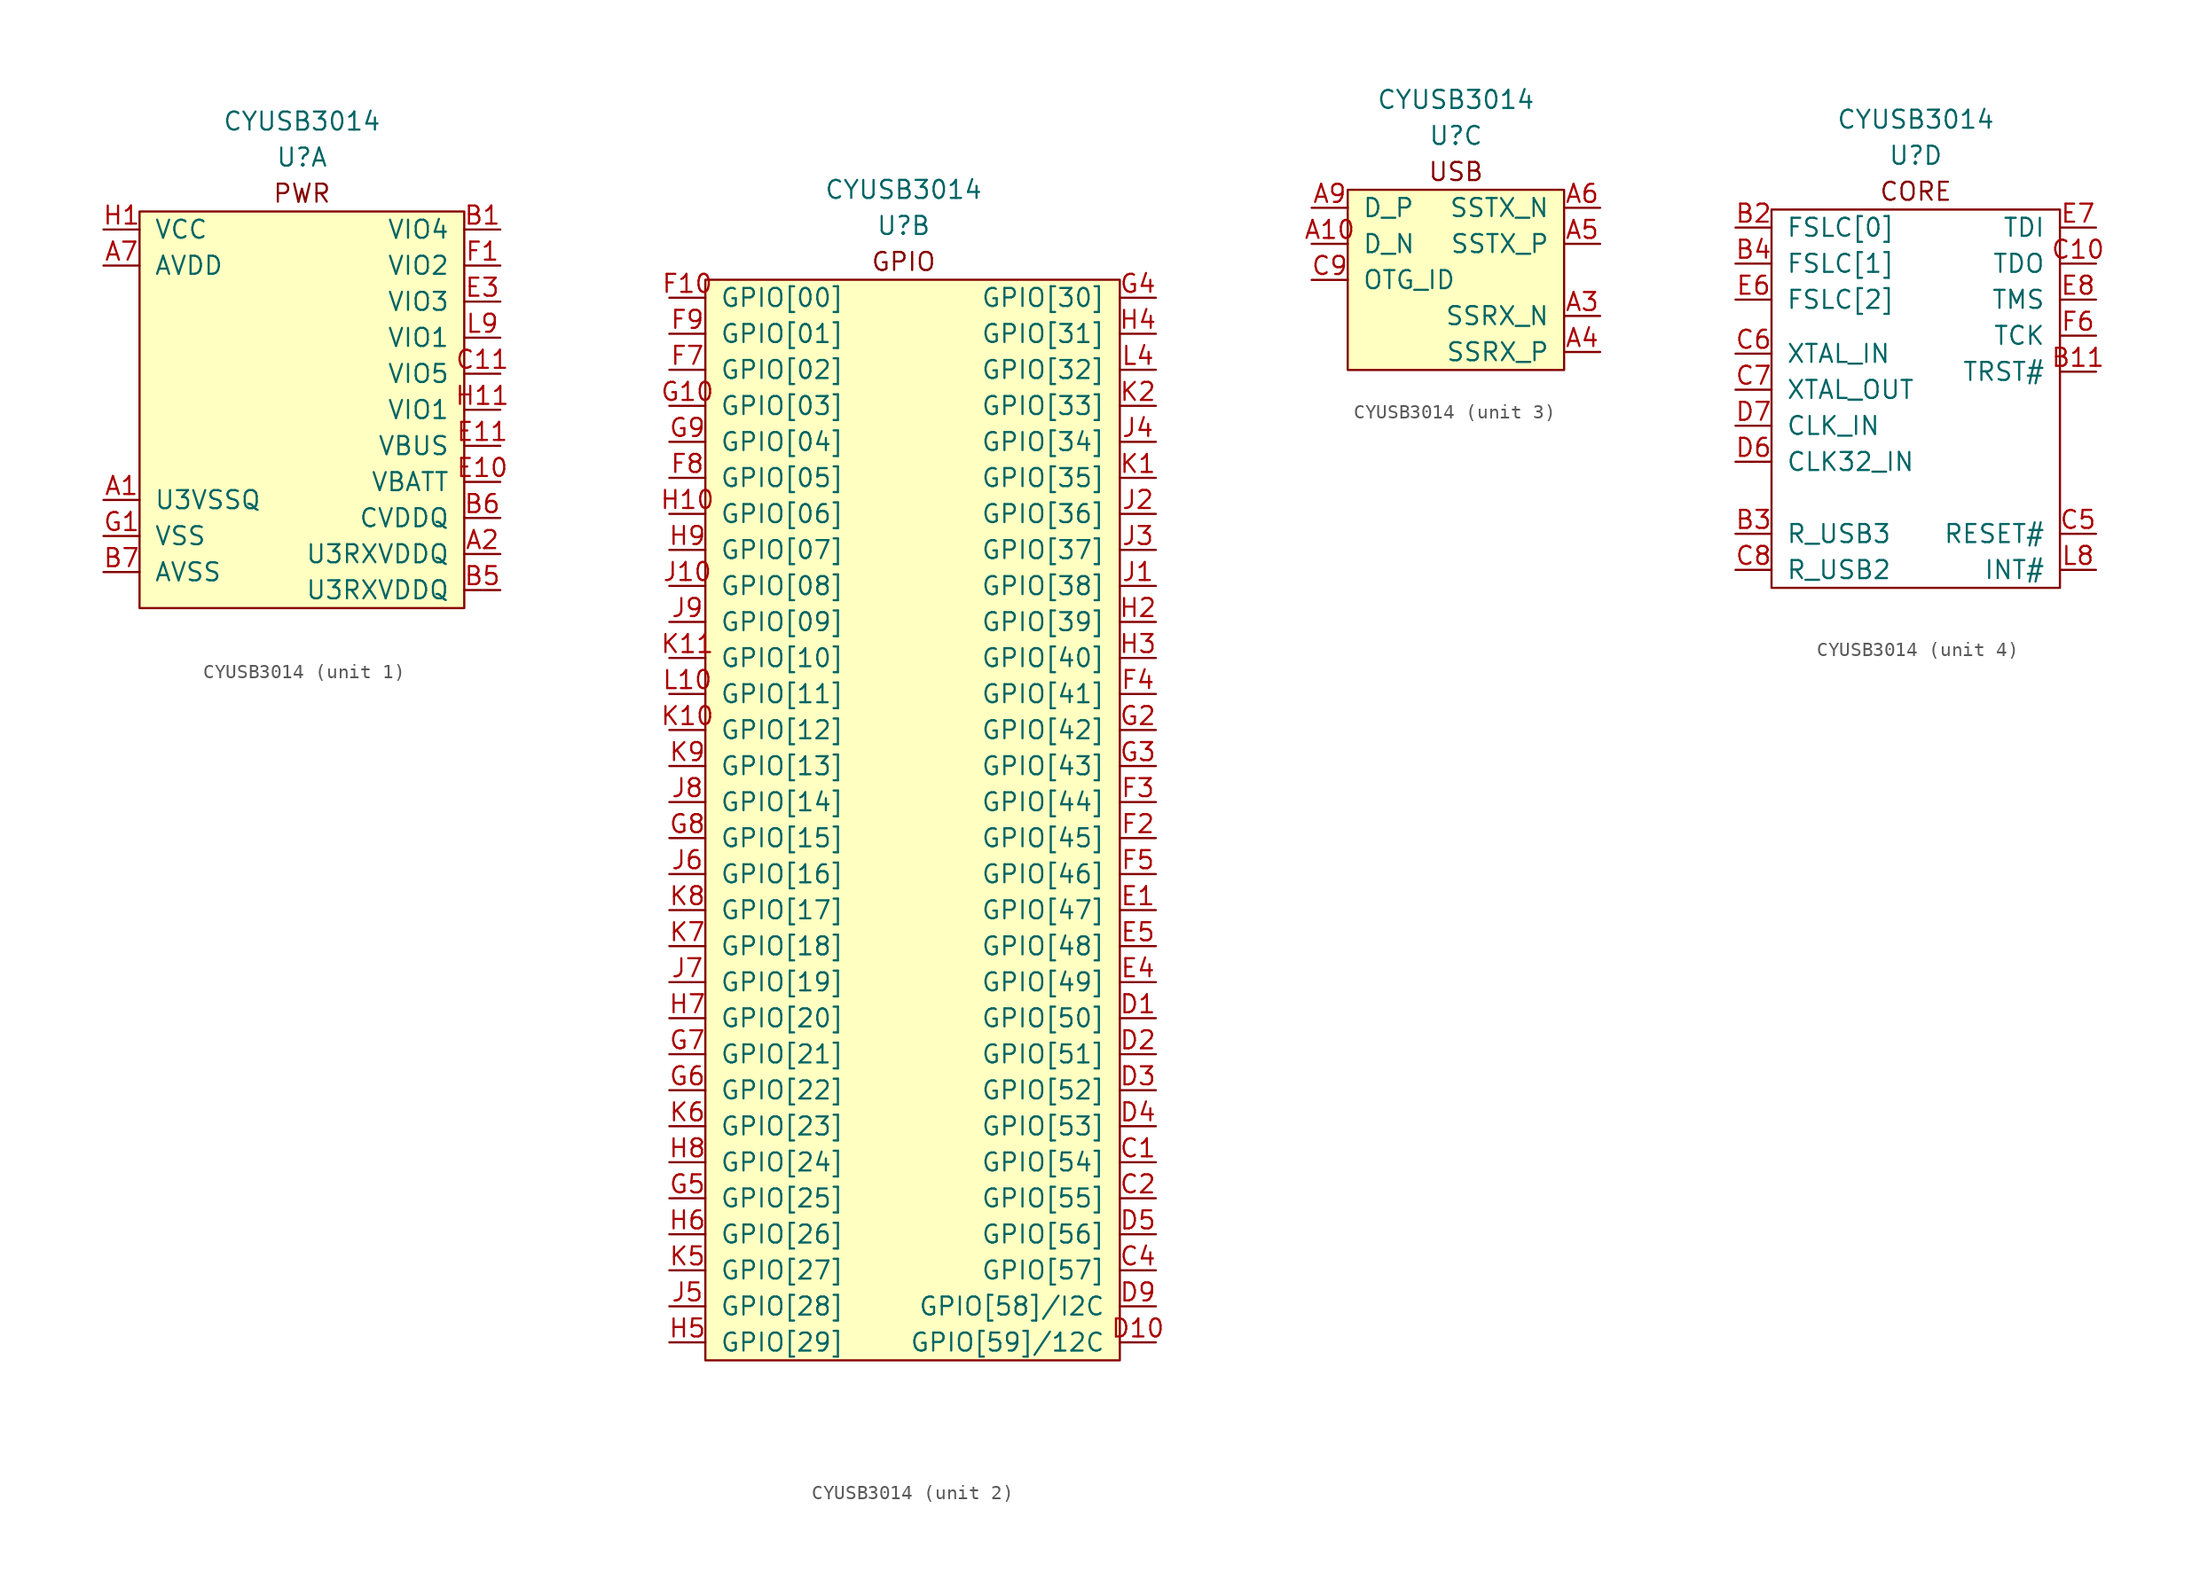
<source format=kicad_sym>
(kicad_symbol_lib
  (version 20220914)
  (generator kicad_symbol_editor)
  (symbol "CYUSB3014"
    (pin_names
      (offset 1.016))
    (property "Reference" "U"
      (at 0 17.78 0)
      (effects (font (size 1.27 1.27))))
    (property "Value" "CYUSB3014"
      (at 0 20.32 0)
      (effects (font (size 1.27 1.27))))
    (property "ki_locked" ""
      (at 0 0 0)
      (effects (font (size 1.27 1.27))))
    (symbol "CYUSB3014_1_1"
      (rectangle (start -11.43 13.97) (end 11.43 -13.97) (stroke (width 0) (type default)) (fill (type background)))
      (text "PWR" (at 0 15.24 0) (effects (font (size 1.27 1.27))))
      (pin passive line (at -13.97 -6.35 0) (length 2.54) (name "U3VSSQ" (effects (font (size 1.27 1.27)))) (number "A1" (effects (font (size 1.27 1.27)))))
      (pin power_in line (at 13.97 -10.16 180) (length 2.54) (name "U3RXVDDQ" (effects (font (size 1.27 1.27)))) (number "A2" (effects (font (size 1.27 1.27)))))
      (pin power_in line (at -13.97 10.16 0) (length 2.54) (name "AVDD" (effects (font (size 1.27 1.27)))) (number "A7" (effects (font (size 1.27 1.27)))))
      (pin passive line (at -13.97 -8.89 0) (length 2.54) hide (name "VSS" (effects (font (size 1.27 1.27)))) (number "A8" (effects (font (size 1.27 1.27)))))
      (pin power_in line (at 13.97 12.7 180) (length 2.54) (name "VIO4" (effects (font (size 1.27 1.27)))) (number "B1" (effects (font (size 1.27 1.27)))))
      (pin passive line (at -13.97 12.7 0) (length 2.54) hide (name "VCC" (effects (font (size 1.27 1.27)))) (number "B10" (effects (font (size 1.27 1.27)))))
      (pin power_in line (at 13.97 -12.7 180) (length 2.54) (name "U3RXVDDQ" (effects (font (size 1.27 1.27)))) (number "B5" (effects (font (size 1.27 1.27)))))
      (pin power_in line (at 13.97 -7.62 180) (length 2.54) (name "CVDDQ" (effects (font (size 1.27 1.27)))) (number "B6" (effects (font (size 1.27 1.27)))))
      (pin passive line (at -13.97 -11.43 0) (length 2.54) (name "AVSS" (effects (font (size 1.27 1.27)))) (number "B7" (effects (font (size 1.27 1.27)))))
      (pin passive line (at -13.97 -8.89 0) (length 2.54) hide (name "VSS" (effects (font (size 1.27 1.27)))) (number "B8" (effects (font (size 1.27 1.27)))))
      (pin passive line (at -13.97 -8.89 0) (length 2.54) hide (name "VSS" (effects (font (size 1.27 1.27)))) (number "B9" (effects (font (size 1.27 1.27)))))
      (pin power_in line (at 13.97 2.54 180) (length 2.54) (name "VIO5" (effects (font (size 1.27 1.27)))) (number "C11" (effects (font (size 1.27 1.27)))))
      (pin passive line (at -13.97 12.7 0) (length 2.54) hide (name "VCC" (effects (font (size 1.27 1.27)))) (number "C3" (effects (font (size 1.27 1.27)))))
      (pin passive line (at -13.97 -8.89 0) (length 2.54) hide (name "VSS" (effects (font (size 1.27 1.27)))) (number "D8" (effects (font (size 1.27 1.27)))))
      (pin power_in line (at 13.97 -5.08 180) (length 2.54) (name "VBATT" (effects (font (size 1.27 1.27)))) (number "E10" (effects (font (size 1.27 1.27)))))
      (pin power_in line (at 13.97 -2.54 180) (length 2.54) (name "VBUS" (effects (font (size 1.27 1.27)))) (number "E11" (effects (font (size 1.27 1.27)))))
      (pin passive line (at -13.97 -8.89 0) (length 2.54) hide (name "VSS" (effects (font (size 1.27 1.27)))) (number "E2" (effects (font (size 1.27 1.27)))))
      (pin power_in line (at 13.97 7.62 180) (length 2.54) (name "VIO3" (effects (font (size 1.27 1.27)))) (number "E3" (effects (font (size 1.27 1.27)))))
      (pin passive line (at -13.97 12.7 0) (length 2.54) hide (name "VCC" (effects (font (size 1.27 1.27)))) (number "E9" (effects (font (size 1.27 1.27)))))
      (pin power_in line (at 13.97 10.16 180) (length 2.54) (name "VIO2" (effects (font (size 1.27 1.27)))) (number "F1" (effects (font (size 1.27 1.27)))))
      (pin passive line (at -13.97 12.7 0) (length 2.54) hide (name "VCC" (effects (font (size 1.27 1.27)))) (number "F11" (effects (font (size 1.27 1.27)))))
      (pin passive line (at -13.97 -8.89 0) (length 2.54) (name "VSS" (effects (font (size 1.27 1.27)))) (number "G1" (effects (font (size 1.27 1.27)))))
      (pin passive line (at -13.97 -8.89 0) (length 2.54) hide (name "VSS" (effects (font (size 1.27 1.27)))) (number "G11" (effects (font (size 1.27 1.27)))))
      (pin power_in line (at -13.97 12.7 0) (length 2.54) (name "VCC" (effects (font (size 1.27 1.27)))) (number "H1" (effects (font (size 1.27 1.27)))))
      (pin power_in line (at 13.97 0 180) (length 2.54) (name "VIO1" (effects (font (size 1.27 1.27)))) (number "H11" (effects (font (size 1.27 1.27)))))
      (pin passive line (at -13.97 12.7 0) (length 2.54) hide (name "VCC" (effects (font (size 1.27 1.27)))) (number "J11" (effects (font (size 1.27 1.27)))))
      (pin passive line (at -13.97 -8.89 0) (length 2.54) hide (name "VSS" (effects (font (size 1.27 1.27)))) (number "K3" (effects (font (size 1.27 1.27)))))
      (pin passive line (at -13.97 -8.89 0) (length 2.54) hide (name "VSS" (effects (font (size 1.27 1.27)))) (number "K4" (effects (font (size 1.27 1.27)))))
      (pin passive line (at -13.97 -8.89 0) (length 2.54) hide (name "VSS" (effects (font (size 1.27 1.27)))) (number "L1" (effects (font (size 1.27 1.27)))))
      (pin passive line (at -13.97 -8.89 0) (length 2.54) hide (name "VSS" (effects (font (size 1.27 1.27)))) (number "L11" (effects (font (size 1.27 1.27)))))
      (pin passive line (at -13.97 -8.89 0) (length 2.54) hide (name "VSS" (effects (font (size 1.27 1.27)))) (number "L2" (effects (font (size 1.27 1.27)))))
      (pin passive line (at -13.97 -8.89 0) (length 2.54) hide (name "VSS" (effects (font (size 1.27 1.27)))) (number "L3" (effects (font (size 1.27 1.27)))))
      (pin passive line (at -13.97 12.7 0) (length 2.54) hide (name "VCC" (effects (font (size 1.27 1.27)))) (number "L5" (effects (font (size 1.27 1.27)))))
      (pin passive line (at -13.97 -8.89 0) (length 2.54) hide (name "VSS" (effects (font (size 1.27 1.27)))) (number "L6" (effects (font (size 1.27 1.27)))))
      (pin passive line (at -13.97 12.7 0) (length 2.54) hide (name "VCC" (effects (font (size 1.27 1.27)))) (number "L7" (effects (font (size 1.27 1.27)))))
      (pin power_in line (at 13.97 5.08 180) (length 2.54) (name "VIO1" (effects (font (size 1.27 1.27)))) (number "L9" (effects (font (size 1.27 1.27))))))
    (symbol "CYUSB3014_2_1"
      (rectangle (start -13.97 13.97) (end 15.24 -62.23) (stroke (width 0) (type default)) (fill (type background)))
      (text "GPIO" (at 0 15.24 0) (effects (font (size 1.27 1.27))))
      (pin bidirectional line (at 17.78 -48.26 180) (length 2.54) (name "GPIO[54]" (effects (font (size 1.27 1.27)))) (number "C1" (effects (font (size 1.27 1.27)))))
      (pin bidirectional line (at 17.78 -50.8 180) (length 2.54) (name "GPIO[55]" (effects (font (size 1.27 1.27)))) (number "C2" (effects (font (size 1.27 1.27)))))
      (pin bidirectional line (at 17.78 -55.88 180) (length 2.54) (name "GPIO[57]" (effects (font (size 1.27 1.27)))) (number "C4" (effects (font (size 1.27 1.27)))))
      (pin bidirectional line (at 17.78 -38.1 180) (length 2.54) (name "GPIO[50]" (effects (font (size 1.27 1.27)))) (number "D1" (effects (font (size 1.27 1.27)))))
      (pin bidirectional line (at 17.78 -60.96 180) (length 2.54) (name "GPIO[59]/12C" (effects (font (size 1.27 1.27)))) (number "D10" (effects (font (size 1.27 1.27)))))
      (pin bidirectional line (at 17.78 -40.64 180) (length 2.54) (name "GPIO[51]" (effects (font (size 1.27 1.27)))) (number "D2" (effects (font (size 1.27 1.27)))))
      (pin bidirectional line (at 17.78 -43.18 180) (length 2.54) (name "GPIO[52]" (effects (font (size 1.27 1.27)))) (number "D3" (effects (font (size 1.27 1.27)))))
      (pin bidirectional line (at 17.78 -45.72 180) (length 2.54) (name "GPIO[53]" (effects (font (size 1.27 1.27)))) (number "D4" (effects (font (size 1.27 1.27)))))
      (pin bidirectional line (at 17.78 -53.34 180) (length 2.54) (name "GPIO[56]" (effects (font (size 1.27 1.27)))) (number "D5" (effects (font (size 1.27 1.27)))))
      (pin bidirectional line (at 17.78 -58.42 180) (length 2.54) (name "GPIO[58]/I2C" (effects (font (size 1.27 1.27)))) (number "D9" (effects (font (size 1.27 1.27)))))
      (pin bidirectional line (at 17.78 -30.48 180) (length 2.54) (name "GPIO[47]" (effects (font (size 1.27 1.27)))) (number "E1" (effects (font (size 1.27 1.27)))))
      (pin bidirectional line (at 17.78 -35.56 180) (length 2.54) (name "GPIO[49]" (effects (font (size 1.27 1.27)))) (number "E4" (effects (font (size 1.27 1.27)))))
      (pin bidirectional line (at 17.78 -33.02 180) (length 2.54) (name "GPIO[48]" (effects (font (size 1.27 1.27)))) (number "E5" (effects (font (size 1.27 1.27)))))
      (pin bidirectional line (at -16.51 12.7 0) (length 2.54) (name "GPIO[00]" (effects (font (size 1.27 1.27)))) (number "F10" (effects (font (size 1.27 1.27)))))
      (pin bidirectional line (at 17.78 -25.4 180) (length 2.54) (name "GPIO[45]" (effects (font (size 1.27 1.27)))) (number "F2" (effects (font (size 1.27 1.27)))))
      (pin bidirectional line (at 17.78 -22.86 180) (length 2.54) (name "GPIO[44]" (effects (font (size 1.27 1.27)))) (number "F3" (effects (font (size 1.27 1.27)))))
      (pin bidirectional line (at 17.78 -15.24 180) (length 2.54) (name "GPIO[41]" (effects (font (size 1.27 1.27)))) (number "F4" (effects (font (size 1.27 1.27)))))
      (pin bidirectional line (at 17.78 -27.94 180) (length 2.54) (name "GPIO[46]" (effects (font (size 1.27 1.27)))) (number "F5" (effects (font (size 1.27 1.27)))))
      (pin bidirectional line (at -16.51 7.62 0) (length 2.54) (name "GPIO[02]" (effects (font (size 1.27 1.27)))) (number "F7" (effects (font (size 1.27 1.27)))))
      (pin bidirectional line (at -16.51 0 0) (length 2.54) (name "GPIO[05]" (effects (font (size 1.27 1.27)))) (number "F8" (effects (font (size 1.27 1.27)))))
      (pin bidirectional line (at -16.51 10.16 0) (length 2.54) (name "GPIO[01]" (effects (font (size 1.27 1.27)))) (number "F9" (effects (font (size 1.27 1.27)))))
      (pin bidirectional line (at -16.51 5.08 0) (length 2.54) (name "GPIO[03]" (effects (font (size 1.27 1.27)))) (number "G10" (effects (font (size 1.27 1.27)))))
      (pin bidirectional line (at 17.78 -17.78 180) (length 2.54) (name "GPIO[42]" (effects (font (size 1.27 1.27)))) (number "G2" (effects (font (size 1.27 1.27)))))
      (pin bidirectional line (at 17.78 -20.32 180) (length 2.54) (name "GPIO[43]" (effects (font (size 1.27 1.27)))) (number "G3" (effects (font (size 1.27 1.27)))))
      (pin bidirectional line (at 17.78 12.7 180) (length 2.54) (name "GPIO[30]" (effects (font (size 1.27 1.27)))) (number "G4" (effects (font (size 1.27 1.27)))))
      (pin bidirectional line (at -16.51 -50.8 0) (length 2.54) (name "GPIO[25]" (effects (font (size 1.27 1.27)))) (number "G5" (effects (font (size 1.27 1.27)))))
      (pin bidirectional line (at -16.51 -43.18 0) (length 2.54) (name "GPIO[22]" (effects (font (size 1.27 1.27)))) (number "G6" (effects (font (size 1.27 1.27)))))
      (pin bidirectional line (at -16.51 -40.64 0) (length 2.54) (name "GPIO[21]" (effects (font (size 1.27 1.27)))) (number "G7" (effects (font (size 1.27 1.27)))))
      (pin bidirectional line (at -16.51 -25.4 0) (length 2.54) (name "GPIO[15]" (effects (font (size 1.27 1.27)))) (number "G8" (effects (font (size 1.27 1.27)))))
      (pin bidirectional line (at -16.51 2.54 0) (length 2.54) (name "GPIO[04]" (effects (font (size 1.27 1.27)))) (number "G9" (effects (font (size 1.27 1.27)))))
      (pin bidirectional line (at -16.51 -2.54 0) (length 2.54) (name "GPIO[06]" (effects (font (size 1.27 1.27)))) (number "H10" (effects (font (size 1.27 1.27)))))
      (pin bidirectional line (at 17.78 -10.16 180) (length 2.54) (name "GPIO[39]" (effects (font (size 1.27 1.27)))) (number "H2" (effects (font (size 1.27 1.27)))))
      (pin bidirectional line (at 17.78 -12.7 180) (length 2.54) (name "GPIO[40]" (effects (font (size 1.27 1.27)))) (number "H3" (effects (font (size 1.27 1.27)))))
      (pin bidirectional line (at 17.78 10.16 180) (length 2.54) (name "GPIO[31]" (effects (font (size 1.27 1.27)))) (number "H4" (effects (font (size 1.27 1.27)))))
      (pin bidirectional line (at -16.51 -60.96 0) (length 2.54) (name "GPIO[29]" (effects (font (size 1.27 1.27)))) (number "H5" (effects (font (size 1.27 1.27)))))
      (pin bidirectional line (at -16.51 -53.34 0) (length 2.54) (name "GPIO[26]" (effects (font (size 1.27 1.27)))) (number "H6" (effects (font (size 1.27 1.27)))))
      (pin bidirectional line (at -16.51 -38.1 0) (length 2.54) (name "GPIO[20]" (effects (font (size 1.27 1.27)))) (number "H7" (effects (font (size 1.27 1.27)))))
      (pin bidirectional line (at -16.51 -48.26 0) (length 2.54) (name "GPIO[24]" (effects (font (size 1.27 1.27)))) (number "H8" (effects (font (size 1.27 1.27)))))
      (pin bidirectional line (at -16.51 -5.08 0) (length 2.54) (name "GPIO[07]" (effects (font (size 1.27 1.27)))) (number "H9" (effects (font (size 1.27 1.27)))))
      (pin bidirectional line (at 17.78 -7.62 180) (length 2.54) (name "GPIO[38]" (effects (font (size 1.27 1.27)))) (number "J1" (effects (font (size 1.27 1.27)))))
      (pin bidirectional line (at -16.51 -7.62 0) (length 2.54) (name "GPIO[08]" (effects (font (size 1.27 1.27)))) (number "J10" (effects (font (size 1.27 1.27)))))
      (pin bidirectional line (at 17.78 -2.54 180) (length 2.54) (name "GPIO[36]" (effects (font (size 1.27 1.27)))) (number "J2" (effects (font (size 1.27 1.27)))))
      (pin bidirectional line (at 17.78 -5.08 180) (length 2.54) (name "GPIO[37]" (effects (font (size 1.27 1.27)))) (number "J3" (effects (font (size 1.27 1.27)))))
      (pin bidirectional line (at 17.78 2.54 180) (length 2.54) (name "GPIO[34]" (effects (font (size 1.27 1.27)))) (number "J4" (effects (font (size 1.27 1.27)))))
      (pin bidirectional line (at -16.51 -58.42 0) (length 2.54) (name "GPIO[28]" (effects (font (size 1.27 1.27)))) (number "J5" (effects (font (size 1.27 1.27)))))
      (pin bidirectional line (at -16.51 -27.94 0) (length 2.54) (name "GPIO[16]" (effects (font (size 1.27 1.27)))) (number "J6" (effects (font (size 1.27 1.27)))))
      (pin bidirectional line (at -16.51 -35.56 0) (length 2.54) (name "GPIO[19]" (effects (font (size 1.27 1.27)))) (number "J7" (effects (font (size 1.27 1.27)))))
      (pin bidirectional line (at -16.51 -22.86 0) (length 2.54) (name "GPIO[14]" (effects (font (size 1.27 1.27)))) (number "J8" (effects (font (size 1.27 1.27)))))
      (pin bidirectional line (at -16.51 -10.16 0) (length 2.54) (name "GPIO[09]" (effects (font (size 1.27 1.27)))) (number "J9" (effects (font (size 1.27 1.27)))))
      (pin bidirectional line (at 17.78 0 180) (length 2.54) (name "GPIO[35]" (effects (font (size 1.27 1.27)))) (number "K1" (effects (font (size 1.27 1.27)))))
      (pin bidirectional line (at -16.51 -17.78 0) (length 2.54) (name "GPIO[12]" (effects (font (size 1.27 1.27)))) (number "K10" (effects (font (size 1.27 1.27)))))
      (pin bidirectional line (at -16.51 -12.7 0) (length 2.54) (name "GPIO[10]" (effects (font (size 1.27 1.27)))) (number "K11" (effects (font (size 1.27 1.27)))))
      (pin bidirectional line (at 17.78 5.08 180) (length 2.54) (name "GPIO[33]" (effects (font (size 1.27 1.27)))) (number "K2" (effects (font (size 1.27 1.27)))))
      (pin bidirectional line (at -16.51 -55.88 0) (length 2.54) (name "GPIO[27]" (effects (font (size 1.27 1.27)))) (number "K5" (effects (font (size 1.27 1.27)))))
      (pin bidirectional line (at -16.51 -45.72 0) (length 2.54) (name "GPIO[23]" (effects (font (size 1.27 1.27)))) (number "K6" (effects (font (size 1.27 1.27)))))
      (pin bidirectional line (at -16.51 -33.02 0) (length 2.54) (name "GPIO[18]" (effects (font (size 1.27 1.27)))) (number "K7" (effects (font (size 1.27 1.27)))))
      (pin bidirectional line (at -16.51 -30.48 0) (length 2.54) (name "GPIO[17]" (effects (font (size 1.27 1.27)))) (number "K8" (effects (font (size 1.27 1.27)))))
      (pin bidirectional line (at -16.51 -20.32 0) (length 2.54) (name "GPIO[13]" (effects (font (size 1.27 1.27)))) (number "K9" (effects (font (size 1.27 1.27)))))
      (pin bidirectional line (at -16.51 -15.24 0) (length 2.54) (name "GPIO[11]" (effects (font (size 1.27 1.27)))) (number "L10" (effects (font (size 1.27 1.27)))))
      (pin bidirectional line (at 17.78 7.62 180) (length 2.54) (name "GPIO[32]" (effects (font (size 1.27 1.27)))) (number "L4" (effects (font (size 1.27 1.27))))))
    (symbol "CYUSB3014_3_0"
      (rectangle (start -7.62 13.97) (end 7.62 1.27) (stroke (width 0) (type default)) (fill (type background)))
      (text "USB" (at 0 15.24 0) (effects (font (size 1.27 1.27)))))
    (symbol "CYUSB3014_3_1"
      (pin bidirectional line (at -10.16 10.16 0) (length 2.54) (name "D_N" (effects (font (size 1.27 1.27)))) (number "A10" (effects (font (size 1.27 1.27)))))
      (pin input line (at 10.16 5.08 180) (length 2.54) (name "SSRX_N" (effects (font (size 1.27 1.27)))) (number "A3" (effects (font (size 1.27 1.27)))))
      (pin input line (at 10.16 2.54 180) (length 2.54) (name "SSRX_P" (effects (font (size 1.27 1.27)))) (number "A4" (effects (font (size 1.27 1.27)))))
      (pin output line (at 10.16 10.16 180) (length 2.54) (name "SSTX_P" (effects (font (size 1.27 1.27)))) (number "A5" (effects (font (size 1.27 1.27)))))
      (pin output line (at 10.16 12.7 180) (length 2.54) (name "SSTX_N" (effects (font (size 1.27 1.27)))) (number "A6" (effects (font (size 1.27 1.27)))))
      (pin bidirectional line (at -10.16 12.7 0) (length 2.54) (name "D_P" (effects (font (size 1.27 1.27)))) (number "A9" (effects (font (size 1.27 1.27)))))
      (pin bidirectional line (at -10.16 7.62 0) (length 2.54) (name "OTG_ID" (effects (font (size 1.27 1.27)))) (number "C9" (effects (font (size 1.27 1.27))))))
    (symbol "CYUSB3014_4_1"
      (rectangle (start -10.16 13.97) (end 10.16 -12.7) (stroke (width 0) (type default)) (fill (type none)))
      (text "CORE" (at 0 15.24 0) (effects (font (size 1.27 1.27))))
      (pin no_connect non_logic (at 12.7 -2.54 180) (length 2.54) hide (name "NC" (effects (font (size 1.27 1.27)))) (number "A11" (effects (font (size 1.27 1.27)))))
      (pin bidirectional line (at 12.7 2.54 180) (length 2.54) (name "TRST#" (effects (font (size 1.27 1.27)))) (number "B11" (effects (font (size 1.27 1.27)))))
      (pin bidirectional line (at -12.7 12.7 0) (length 2.54) (name "FSLC[0]" (effects (font (size 1.27 1.27)))) (number "B2" (effects (font (size 1.27 1.27)))))
      (pin bidirectional line (at -12.7 -8.89 0) (length 2.54) (name "R_USB3" (effects (font (size 1.27 1.27)))) (number "B3" (effects (font (size 1.27 1.27)))))
      (pin bidirectional line (at -12.7 10.16 0) (length 2.54) (name "FSLC[1]" (effects (font (size 1.27 1.27)))) (number "B4" (effects (font (size 1.27 1.27)))))
      (pin bidirectional line (at 12.7 10.16 180) (length 2.54) (name "TDO" (effects (font (size 1.27 1.27)))) (number "C10" (effects (font (size 1.27 1.27)))))
      (pin bidirectional line (at 12.7 -8.89 180) (length 2.54) (name "RESET#" (effects (font (size 1.27 1.27)))) (number "C5" (effects (font (size 1.27 1.27)))))
      (pin bidirectional line (at -12.7 3.81 0) (length 2.54) (name "XTAL_IN" (effects (font (size 1.27 1.27)))) (number "C6" (effects (font (size 1.27 1.27)))))
      (pin bidirectional line (at -12.7 1.27 0) (length 2.54) (name "XTAL_OUT" (effects (font (size 1.27 1.27)))) (number "C7" (effects (font (size 1.27 1.27)))))
      (pin bidirectional line (at -12.7 -11.43 0) (length 2.54) (name "R_USB2" (effects (font (size 1.27 1.27)))) (number "C8" (effects (font (size 1.27 1.27)))))
      (pin no_connect non_logic (at 12.7 0 180) (length 2.54) hide (name "NC" (effects (font (size 1.27 1.27)))) (number "D11" (effects (font (size 1.27 1.27)))))
      (pin bidirectional line (at -12.7 -3.81 0) (length 2.54) (name "CLK32_IN" (effects (font (size 1.27 1.27)))) (number "D6" (effects (font (size 1.27 1.27)))))
      (pin bidirectional line (at -12.7 -1.27 0) (length 2.54) (name "CLK_IN" (effects (font (size 1.27 1.27)))) (number "D7" (effects (font (size 1.27 1.27)))))
      (pin bidirectional line (at -12.7 7.62 0) (length 2.54) (name "FSLC[2]" (effects (font (size 1.27 1.27)))) (number "E6" (effects (font (size 1.27 1.27)))))
      (pin bidirectional line (at 12.7 12.7 180) (length 2.54) (name "TDI" (effects (font (size 1.27 1.27)))) (number "E7" (effects (font (size 1.27 1.27)))))
      (pin bidirectional line (at 12.7 7.62 180) (length 2.54) (name "TMS" (effects (font (size 1.27 1.27)))) (number "E8" (effects (font (size 1.27 1.27)))))
      (pin bidirectional line (at 12.7 5.08 180) (length 2.54) (name "TCK" (effects (font (size 1.27 1.27)))) (number "F6" (effects (font (size 1.27 1.27)))))
      (pin bidirectional line (at 12.7 -11.43 180) (length 2.54) (name "INT#" (effects (font (size 1.27 1.27)))) (number "L8" (effects (font (size 1.27 1.27))))))))
</source>
